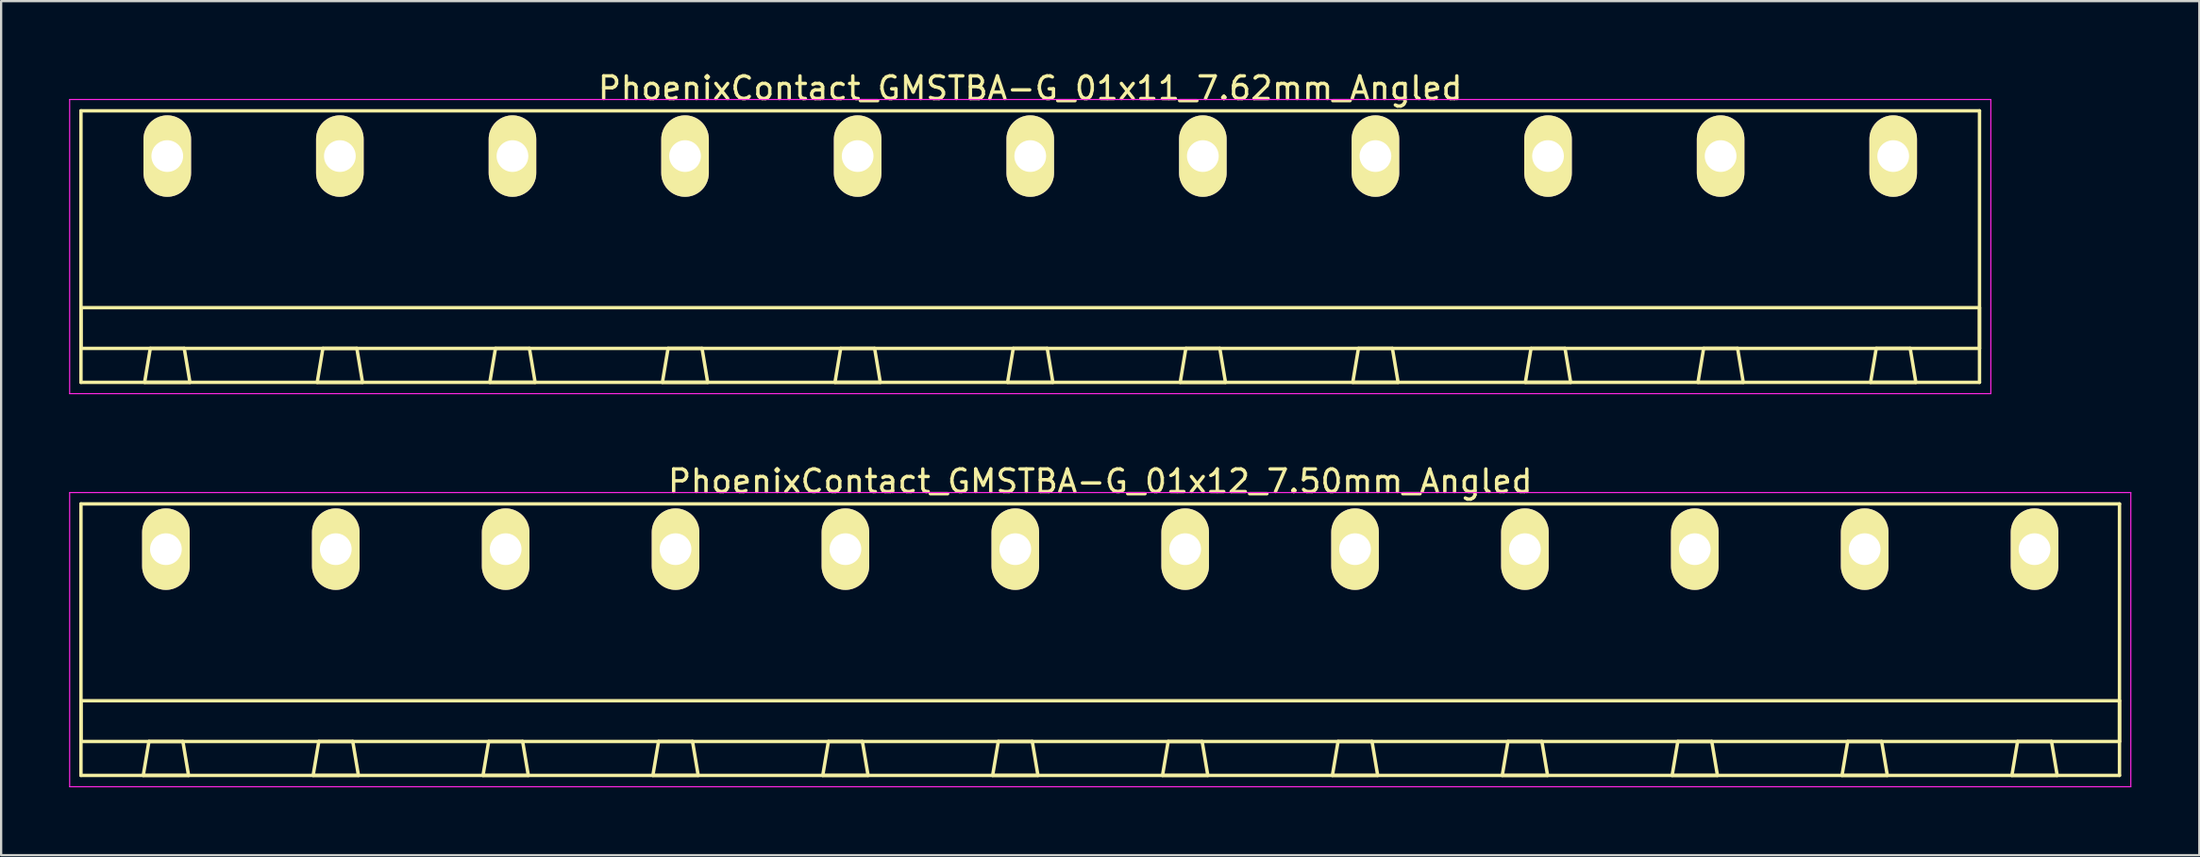
<source format=kicad_pcb>
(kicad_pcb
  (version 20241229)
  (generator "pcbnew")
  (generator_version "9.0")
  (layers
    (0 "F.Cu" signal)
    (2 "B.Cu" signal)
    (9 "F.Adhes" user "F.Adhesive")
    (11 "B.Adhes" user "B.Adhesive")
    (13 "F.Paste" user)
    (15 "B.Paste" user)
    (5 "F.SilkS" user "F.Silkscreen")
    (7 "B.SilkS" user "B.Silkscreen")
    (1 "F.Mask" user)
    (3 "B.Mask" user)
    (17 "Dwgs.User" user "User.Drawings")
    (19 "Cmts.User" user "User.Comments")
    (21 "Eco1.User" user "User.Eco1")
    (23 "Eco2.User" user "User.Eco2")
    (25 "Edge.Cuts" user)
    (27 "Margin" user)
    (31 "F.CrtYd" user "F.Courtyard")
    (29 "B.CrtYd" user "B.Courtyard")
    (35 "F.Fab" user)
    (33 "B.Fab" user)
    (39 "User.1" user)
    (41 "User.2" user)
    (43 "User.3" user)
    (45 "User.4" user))
  (footprint "PhoenixContact_GMSTBA-G_01x11_7.62mm_Angled"
    (layer "F.Cu")
    (at 4.335 3.848)
    (property "Reference" "PhoenixContact_GMSTBA-G_01x11_7.62mm_Angled" (at 38.1 -3 0) (layer "F.SilkS") (effects (font (size 1 1) (thickness 0.15))))
    (attr through_hole)
    (fp_line (start -3.81 -2) (end -3.81 10) (stroke (width 0.15) (type solid)) (layer "F.SilkS"))
    (fp_line (start -3.81 6.7) (end 80.01 6.7) (stroke (width 0.15) (type solid)) (layer "F.SilkS"))
    (fp_line (start -3.81 8.5) (end -3.81 6.7) (stroke (width 0.15) (type solid)) (layer "F.SilkS"))
    (fp_line (start -3.81 10) (end 80.01 10) (stroke (width 0.15) (type solid)) (layer "F.SilkS"))
    (fp_line (start -1 10) (end 1 10) (stroke (width 0.15) (type solid)) (layer "F.SilkS"))
    (fp_line (start -0.75 8.5) (end -1 10) (stroke (width 0.15) (type solid)) (layer "F.SilkS"))
    (fp_line (start 0.75 8.5) (end -0.75 8.5) (stroke (width 0.15) (type solid)) (layer "F.SilkS"))
    (fp_line (start 1 10) (end 0.75 8.5) (stroke (width 0.15) (type solid)) (layer "F.SilkS"))
    (fp_line (start 6.62 10) (end 8.62 10) (stroke (width 0.15) (type solid)) (layer "F.SilkS"))
    (fp_line (start 6.87 8.5) (end 6.62 10) (stroke (width 0.15) (type solid)) (layer "F.SilkS"))
    (fp_line (start 8.37 8.5) (end 6.87 8.5) (stroke (width 0.15) (type solid)) (layer "F.SilkS"))
    (fp_line (start 8.62 10) (end 8.37 8.5) (stroke (width 0.15) (type solid)) (layer "F.SilkS"))
    (fp_line (start 14.24 10) (end 16.24 10) (stroke (width 0.15) (type solid)) (layer "F.SilkS"))
    (fp_line (start 14.49 8.5) (end 14.24 10) (stroke (width 0.15) (type solid)) (layer "F.SilkS"))
    (fp_line (start 15.99 8.5) (end 14.49 8.5) (stroke (width 0.15) (type solid)) (layer "F.SilkS"))
    (fp_line (start 16.24 10) (end 15.99 8.5) (stroke (width 0.15) (type solid)) (layer "F.SilkS"))
    (fp_line (start 21.86 10) (end 23.86 10) (stroke (width 0.15) (type solid)) (layer "F.SilkS"))
    (fp_line (start 22.11 8.5) (end 21.86 10) (stroke (width 0.15) (type solid)) (layer "F.SilkS"))
    (fp_line (start 23.61 8.5) (end 22.11 8.5) (stroke (width 0.15) (type solid)) (layer "F.SilkS"))
    (fp_line (start 23.86 10) (end 23.61 8.5) (stroke (width 0.15) (type solid)) (layer "F.SilkS"))
    (fp_line (start 29.48 10) (end 31.48 10) (stroke (width 0.15) (type solid)) (layer "F.SilkS"))
    (fp_line (start 29.73 8.5) (end 29.48 10) (stroke (width 0.15) (type solid)) (layer "F.SilkS"))
    (fp_line (start 31.23 8.5) (end 29.73 8.5) (stroke (width 0.15) (type solid)) (layer "F.SilkS"))
    (fp_line (start 31.48 10) (end 31.23 8.5) (stroke (width 0.15) (type solid)) (layer "F.SilkS"))
    (fp_line (start 37.1 10) (end 39.1 10) (stroke (width 0.15) (type solid)) (layer "F.SilkS"))
    (fp_line (start 37.35 8.5) (end 37.1 10) (stroke (width 0.15) (type solid)) (layer "F.SilkS"))
    (fp_line (start 38.85 8.5) (end 37.35 8.5) (stroke (width 0.15) (type solid)) (layer "F.SilkS"))
    (fp_line (start 39.1 10) (end 38.85 8.5) (stroke (width 0.15) (type solid)) (layer "F.SilkS"))
    (fp_line (start 44.72 10) (end 46.72 10) (stroke (width 0.15) (type solid)) (layer "F.SilkS"))
    (fp_line (start 44.97 8.5) (end 44.72 10) (stroke (width 0.15) (type solid)) (layer "F.SilkS"))
    (fp_line (start 46.47 8.5) (end 44.97 8.5) (stroke (width 0.15) (type solid)) (layer "F.SilkS"))
    (fp_line (start 46.72 10) (end 46.47 8.5) (stroke (width 0.15) (type solid)) (layer "F.SilkS"))
    (fp_line (start 52.34 10) (end 54.34 10) (stroke (width 0.15) (type solid)) (layer "F.SilkS"))
    (fp_line (start 52.59 8.5) (end 52.34 10) (stroke (width 0.15) (type solid)) (layer "F.SilkS"))
    (fp_line (start 54.09 8.5) (end 52.59 8.5) (stroke (width 0.15) (type solid)) (layer "F.SilkS"))
    (fp_line (start 54.34 10) (end 54.09 8.5) (stroke (width 0.15) (type solid)) (layer "F.SilkS"))
    (fp_line (start 59.96 10) (end 61.96 10) (stroke (width 0.15) (type solid)) (layer "F.SilkS"))
    (fp_line (start 60.21 8.5) (end 59.96 10) (stroke (width 0.15) (type solid)) (layer "F.SilkS"))
    (fp_line (start 61.71 8.5) (end 60.21 8.5) (stroke (width 0.15) (type solid)) (layer "F.SilkS"))
    (fp_line (start 61.96 10) (end 61.71 8.5) (stroke (width 0.15) (type solid)) (layer "F.SilkS"))
    (fp_line (start 67.58 10) (end 69.58 10) (stroke (width 0.15) (type solid)) (layer "F.SilkS"))
    (fp_line (start 67.83 8.5) (end 67.58 10) (stroke (width 0.15) (type solid)) (layer "F.SilkS"))
    (fp_line (start 69.33 8.5) (end 67.83 8.5) (stroke (width 0.15) (type solid)) (layer "F.SilkS"))
    (fp_line (start 69.58 10) (end 69.33 8.5) (stroke (width 0.15) (type solid)) (layer "F.SilkS"))
    (fp_line (start 75.2 10) (end 77.2 10) (stroke (width 0.15) (type solid)) (layer "F.SilkS"))
    (fp_line (start 75.45 8.5) (end 75.2 10) (stroke (width 0.15) (type solid)) (layer "F.SilkS"))
    (fp_line (start 76.95 8.5) (end 75.45 8.5) (stroke (width 0.15) (type solid)) (layer "F.SilkS"))
    (fp_line (start 77.2 10) (end 76.95 8.5) (stroke (width 0.15) (type solid)) (layer "F.SilkS"))
    (fp_line (start 80.01 -2) (end -3.81 -2) (stroke (width 0.15) (type solid)) (layer "F.SilkS"))
    (fp_line (start 80.01 6.7) (end 80.01 8.5) (stroke (width 0.15) (type solid)) (layer "F.SilkS"))
    (fp_line (start 80.01 8.5) (end -3.81 8.5) (stroke (width 0.15) (type solid)) (layer "F.SilkS"))
    (fp_line (start 80.01 10) (end 80.01 -2) (stroke (width 0.15) (type solid)) (layer "F.SilkS"))
    (fp_line (start -4.31 -2.5) (end -4.31 10.5) (stroke (width 0.05) (type solid)) (layer "F.CrtYd"))
    (fp_line (start -4.31 10.5) (end 80.51 10.5) (stroke (width 0.05) (type solid)) (layer "F.CrtYd"))
    (fp_line (start 80.51 -2.5) (end -4.31 -2.5) (stroke (width 0.05) (type solid)) (layer "F.CrtYd"))
    (fp_line (start 80.51 10.5) (end 80.51 -2.5) (stroke (width 0.05) (type solid)) (layer "F.CrtYd"))
    (pad "1" thru_hole oval (at 0 0) (size 2.1 3.6) (drill 1.4) (layers "*.Cu" "*.Mask" "F.SilkS"))
    (pad "2" thru_hole oval (at 7.62 0) (size 2.1 3.6) (drill 1.4) (layers "*.Cu" "*.Mask" "F.SilkS"))
    (pad "3" thru_hole oval (at 15.24 0) (size 2.1 3.6) (drill 1.4) (layers "*.Cu" "*.Mask" "F.SilkS"))
    (pad "4" thru_hole oval (at 22.86 0) (size 2.1 3.6) (drill 1.4) (layers "*.Cu" "*.Mask" "F.SilkS"))
    (pad "5" thru_hole oval (at 30.48 0) (size 2.1 3.6) (drill 1.4) (layers "*.Cu" "*.Mask" "F.SilkS"))
    (pad "6" thru_hole oval (at 38.1 0) (size 2.1 3.6) (drill 1.4) (layers "*.Cu" "*.Mask" "F.SilkS"))
    (pad "7" thru_hole oval (at 45.72 0) (size 2.1 3.6) (drill 1.4) (layers "*.Cu" "*.Mask" "F.SilkS"))
    (pad "8" thru_hole oval (at 53.34 0) (size 2.1 3.6) (drill 1.4) (layers "*.Cu" "*.Mask" "F.SilkS"))
    (pad "9" thru_hole oval (at 60.96 0) (size 2.1 3.6) (drill 1.4) (layers "*.Cu" "*.Mask" "F.SilkS"))
    (pad "10" thru_hole oval (at 68.58 0) (size 2.1 3.6) (drill 1.4) (layers "*.Cu" "*.Mask" "F.SilkS"))
    (pad "11" thru_hole oval (at 76.2 0) (size 2.1 3.6) (drill 1.4) (layers "*.Cu" "*.Mask" "F.SilkS")))
  (footprint "PhoenixContact_GMSTBA-G_01x12_7.50mm_Angled"
    (layer "F.Cu")
    (at 4.275 21.221)
    (property "Reference" "PhoenixContact_GMSTBA-G_01x12_7.50mm_Angled" (at 41.25 -3 0) (layer "F.SilkS") (effects (font (size 1 1) (thickness 0.15))))
    (attr through_hole)
    (fp_line (start -3.75 -2) (end -3.75 10) (stroke (width 0.15) (type solid)) (layer "F.SilkS"))
    (fp_line (start -3.75 6.7) (end 86.25 6.7) (stroke (width 0.15) (type solid)) (layer "F.SilkS"))
    (fp_line (start -3.75 8.5) (end -3.75 6.7) (stroke (width 0.15) (type solid)) (layer "F.SilkS"))
    (fp_line (start -3.75 10) (end 86.25 10) (stroke (width 0.15) (type solid)) (layer "F.SilkS"))
    (fp_line (start -1 10) (end 1 10) (stroke (width 0.15) (type solid)) (layer "F.SilkS"))
    (fp_line (start -0.75 8.5) (end -1 10) (stroke (width 0.15) (type solid)) (layer "F.SilkS"))
    (fp_line (start 0.75 8.5) (end -0.75 8.5) (stroke (width 0.15) (type solid)) (layer "F.SilkS"))
    (fp_line (start 1 10) (end 0.75 8.5) (stroke (width 0.15) (type solid)) (layer "F.SilkS"))
    (fp_line (start 6.5 10) (end 8.5 10) (stroke (width 0.15) (type solid)) (layer "F.SilkS"))
    (fp_line (start 6.75 8.5) (end 6.5 10) (stroke (width 0.15) (type solid)) (layer "F.SilkS"))
    (fp_line (start 8.25 8.5) (end 6.75 8.5) (stroke (width 0.15) (type solid)) (layer "F.SilkS"))
    (fp_line (start 8.5 10) (end 8.25 8.5) (stroke (width 0.15) (type solid)) (layer "F.SilkS"))
    (fp_line (start 14 10) (end 16 10) (stroke (width 0.15) (type solid)) (layer "F.SilkS"))
    (fp_line (start 14.25 8.5) (end 14 10) (stroke (width 0.15) (type solid)) (layer "F.SilkS"))
    (fp_line (start 15.75 8.5) (end 14.25 8.5) (stroke (width 0.15) (type solid)) (layer "F.SilkS"))
    (fp_line (start 16 10) (end 15.75 8.5) (stroke (width 0.15) (type solid)) (layer "F.SilkS"))
    (fp_line (start 21.5 10) (end 23.5 10) (stroke (width 0.15) (type solid)) (layer "F.SilkS"))
    (fp_line (start 21.75 8.5) (end 21.5 10) (stroke (width 0.15) (type solid)) (layer "F.SilkS"))
    (fp_line (start 23.25 8.5) (end 21.75 8.5) (stroke (width 0.15) (type solid)) (layer "F.SilkS"))
    (fp_line (start 23.5 10) (end 23.25 8.5) (stroke (width 0.15) (type solid)) (layer "F.SilkS"))
    (fp_line (start 29 10) (end 31 10) (stroke (width 0.15) (type solid)) (layer "F.SilkS"))
    (fp_line (start 29.25 8.5) (end 29 10) (stroke (width 0.15) (type solid)) (layer "F.SilkS"))
    (fp_line (start 30.75 8.5) (end 29.25 8.5) (stroke (width 0.15) (type solid)) (layer "F.SilkS"))
    (fp_line (start 31 10) (end 30.75 8.5) (stroke (width 0.15) (type solid)) (layer "F.SilkS"))
    (fp_line (start 36.5 10) (end 38.5 10) (stroke (width 0.15) (type solid)) (layer "F.SilkS"))
    (fp_line (start 36.75 8.5) (end 36.5 10) (stroke (width 0.15) (type solid)) (layer "F.SilkS"))
    (fp_line (start 38.25 8.5) (end 36.75 8.5) (stroke (width 0.15) (type solid)) (layer "F.SilkS"))
    (fp_line (start 38.5 10) (end 38.25 8.5) (stroke (width 0.15) (type solid)) (layer "F.SilkS"))
    (fp_line (start 44 10) (end 46 10) (stroke (width 0.15) (type solid)) (layer "F.SilkS"))
    (fp_line (start 44.25 8.5) (end 44 10) (stroke (width 0.15) (type solid)) (layer "F.SilkS"))
    (fp_line (start 45.75 8.5) (end 44.25 8.5) (stroke (width 0.15) (type solid)) (layer "F.SilkS"))
    (fp_line (start 46 10) (end 45.75 8.5) (stroke (width 0.15) (type solid)) (layer "F.SilkS"))
    (fp_line (start 51.5 10) (end 53.5 10) (stroke (width 0.15) (type solid)) (layer "F.SilkS"))
    (fp_line (start 51.75 8.5) (end 51.5 10) (stroke (width 0.15) (type solid)) (layer "F.SilkS"))
    (fp_line (start 53.25 8.5) (end 51.75 8.5) (stroke (width 0.15) (type solid)) (layer "F.SilkS"))
    (fp_line (start 53.5 10) (end 53.25 8.5) (stroke (width 0.15) (type solid)) (layer "F.SilkS"))
    (fp_line (start 59 10) (end 61 10) (stroke (width 0.15) (type solid)) (layer "F.SilkS"))
    (fp_line (start 59.25 8.5) (end 59 10) (stroke (width 0.15) (type solid)) (layer "F.SilkS"))
    (fp_line (start 60.75 8.5) (end 59.25 8.5) (stroke (width 0.15) (type solid)) (layer "F.SilkS"))
    (fp_line (start 61 10) (end 60.75 8.5) (stroke (width 0.15) (type solid)) (layer "F.SilkS"))
    (fp_line (start 66.5 10) (end 68.5 10) (stroke (width 0.15) (type solid)) (layer "F.SilkS"))
    (fp_line (start 66.75 8.5) (end 66.5 10) (stroke (width 0.15) (type solid)) (layer "F.SilkS"))
    (fp_line (start 68.25 8.5) (end 66.75 8.5) (stroke (width 0.15) (type solid)) (layer "F.SilkS"))
    (fp_line (start 68.5 10) (end 68.25 8.5) (stroke (width 0.15) (type solid)) (layer "F.SilkS"))
    (fp_line (start 74 10) (end 76 10) (stroke (width 0.15) (type solid)) (layer "F.SilkS"))
    (fp_line (start 74.25 8.5) (end 74 10) (stroke (width 0.15) (type solid)) (layer "F.SilkS"))
    (fp_line (start 75.75 8.5) (end 74.25 8.5) (stroke (width 0.15) (type solid)) (layer "F.SilkS"))
    (fp_line (start 76 10) (end 75.75 8.5) (stroke (width 0.15) (type solid)) (layer "F.SilkS"))
    (fp_line (start 81.5 10) (end 83.5 10) (stroke (width 0.15) (type solid)) (layer "F.SilkS"))
    (fp_line (start 81.75 8.5) (end 81.5 10) (stroke (width 0.15) (type solid)) (layer "F.SilkS"))
    (fp_line (start 83.25 8.5) (end 81.75 8.5) (stroke (width 0.15) (type solid)) (layer "F.SilkS"))
    (fp_line (start 83.5 10) (end 83.25 8.5) (stroke (width 0.15) (type solid)) (layer "F.SilkS"))
    (fp_line (start 86.25 -2) (end -3.75 -2) (stroke (width 0.15) (type solid)) (layer "F.SilkS"))
    (fp_line (start 86.25 6.7) (end 86.25 8.5) (stroke (width 0.15) (type solid)) (layer "F.SilkS"))
    (fp_line (start 86.25 8.5) (end -3.75 8.5) (stroke (width 0.15) (type solid)) (layer "F.SilkS"))
    (fp_line (start 86.25 10) (end 86.25 -2) (stroke (width 0.15) (type solid)) (layer "F.SilkS"))
    (fp_line (start -4.25 -2.5) (end -4.25 10.5) (stroke (width 0.05) (type solid)) (layer "F.CrtYd"))
    (fp_line (start -4.25 10.5) (end 86.75 10.5) (stroke (width 0.05) (type solid)) (layer "F.CrtYd"))
    (fp_line (start 86.75 -2.5) (end -4.25 -2.5) (stroke (width 0.05) (type solid)) (layer "F.CrtYd"))
    (fp_line (start 86.75 10.5) (end 86.75 -2.5) (stroke (width 0.05) (type solid)) (layer "F.CrtYd"))
    (pad "1" thru_hole oval (at 0 0) (size 2.1 3.6) (drill 1.4) (layers "*.Cu" "*.Mask" "F.SilkS"))
    (pad "2" thru_hole oval (at 7.5 0) (size 2.1 3.6) (drill 1.4) (layers "*.Cu" "*.Mask" "F.SilkS"))
    (pad "3" thru_hole oval (at 15 0) (size 2.1 3.6) (drill 1.4) (layers "*.Cu" "*.Mask" "F.SilkS"))
    (pad "4" thru_hole oval (at 22.5 0) (size 2.1 3.6) (drill 1.4) (layers "*.Cu" "*.Mask" "F.SilkS"))
    (pad "5" thru_hole oval (at 30 0) (size 2.1 3.6) (drill 1.4) (layers "*.Cu" "*.Mask" "F.SilkS"))
    (pad "6" thru_hole oval (at 37.5 0) (size 2.1 3.6) (drill 1.4) (layers "*.Cu" "*.Mask" "F.SilkS"))
    (pad "7" thru_hole oval (at 45 0) (size 2.1 3.6) (drill 1.4) (layers "*.Cu" "*.Mask" "F.SilkS"))
    (pad "8" thru_hole oval (at 52.5 0) (size 2.1 3.6) (drill 1.4) (layers "*.Cu" "*.Mask" "F.SilkS"))
    (pad "9" thru_hole oval (at 60 0) (size 2.1 3.6) (drill 1.4) (layers "*.Cu" "*.Mask" "F.SilkS"))
    (pad "10" thru_hole oval (at 67.5 0) (size 2.1 3.6) (drill 1.4) (layers "*.Cu" "*.Mask" "F.SilkS"))
    (pad "11" thru_hole oval (at 75 0) (size 2.1 3.6) (drill 1.4) (layers "*.Cu" "*.Mask" "F.SilkS"))
    (pad "12" thru_hole oval (at 82.5 0) (size 2.1 3.6) (drill 1.4) (layers "*.Cu" "*.Mask" "F.SilkS")))
  (gr_rect
    (start -3 -3)
    (end 94.05 34.746)
    (stroke (width 0.1) (type default))
    (fill no)
    (layer "Edge.Cuts")))
</source>
